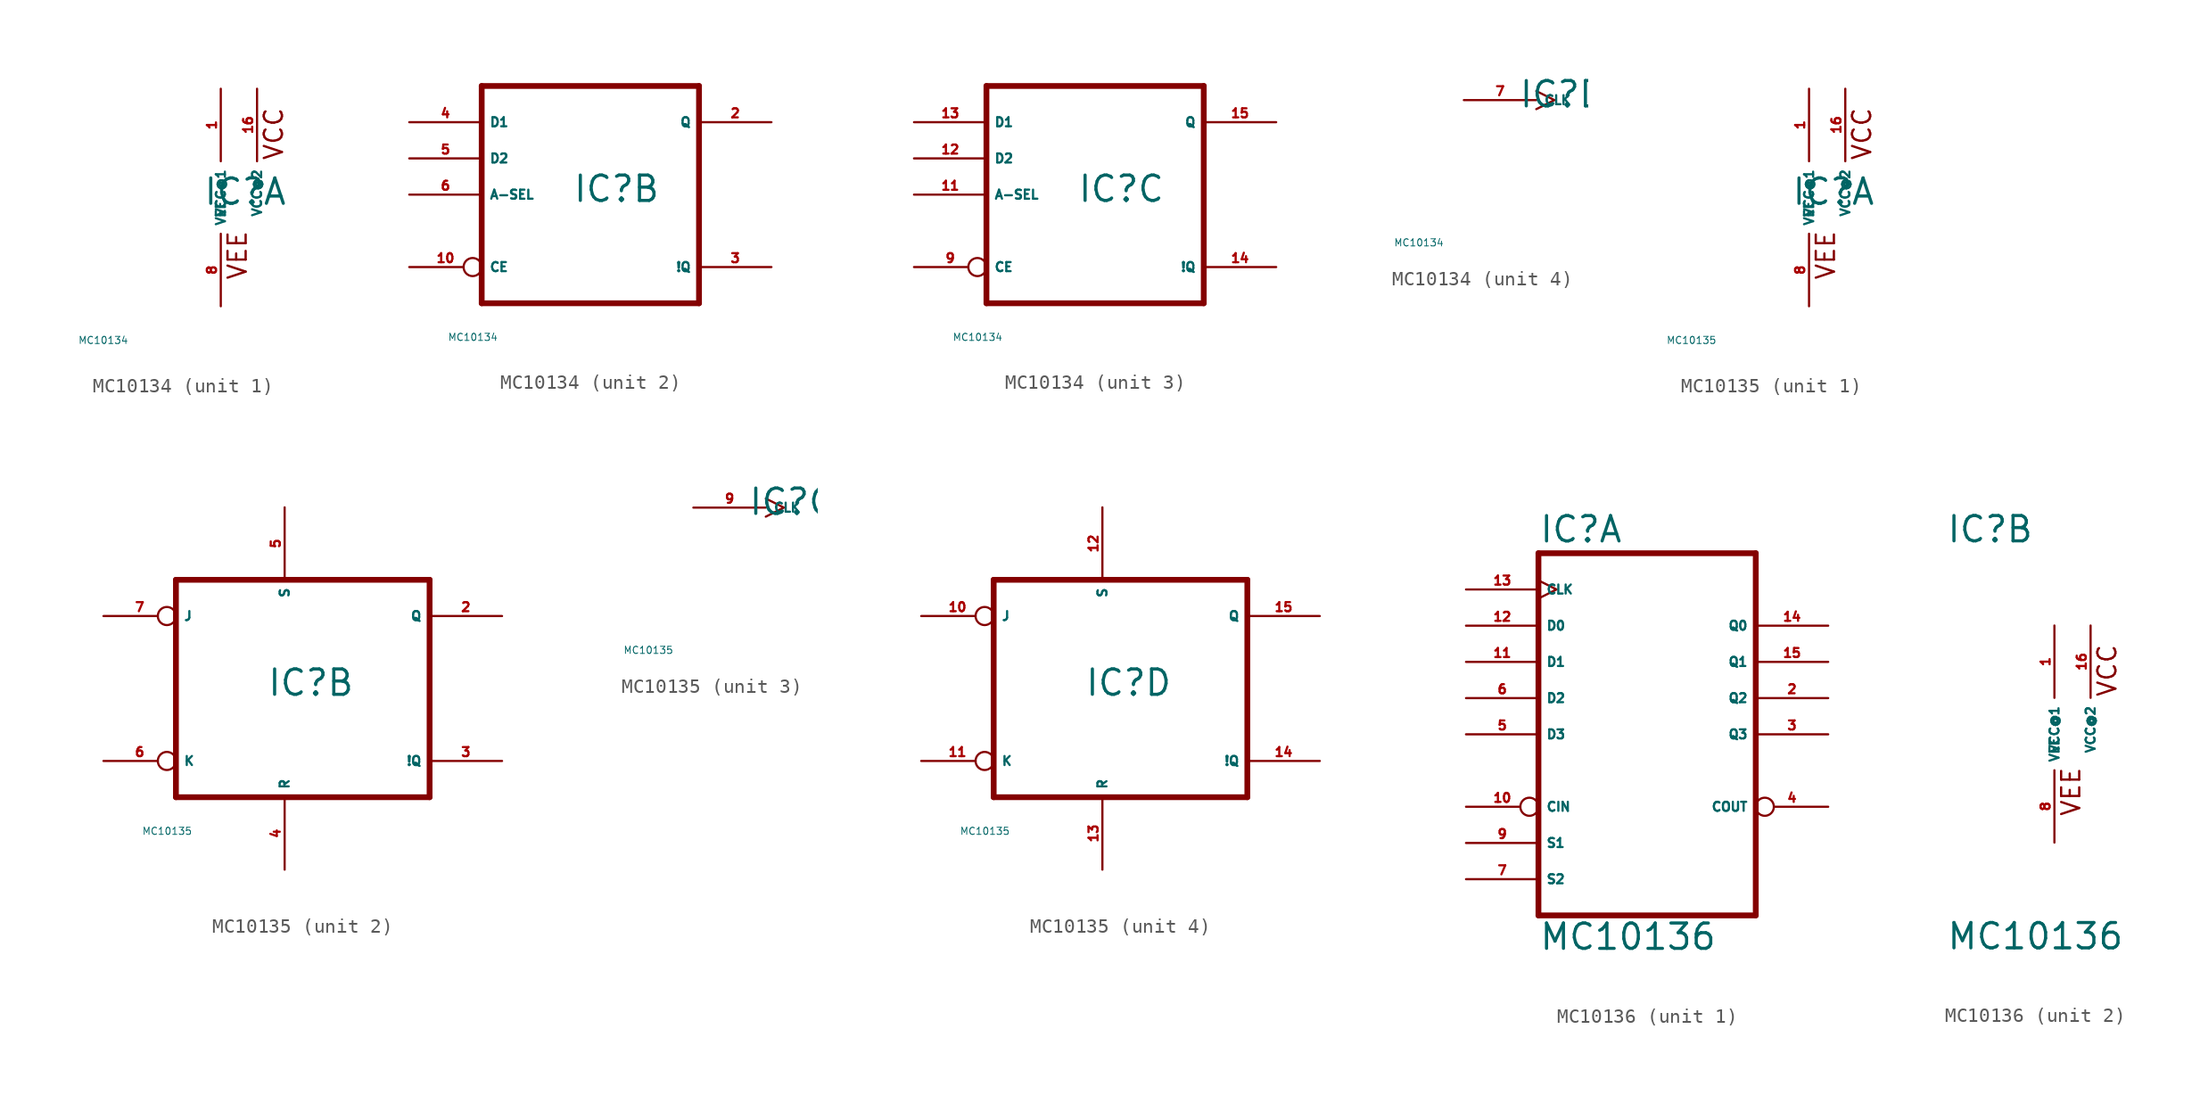
<source format=kicad_sym>
(kicad_symbol_lib
  (version 20220914)
  (generator Eagle2Kicad)
  (symbol "MC10134"
    (property "Reference" "IC"
      (at -1.27 -0.635 0)
      (effects (font (size 1.778 1.778) (thickness 0.22)) (justify left bottom)))
    (property "Value" "MC10134"
      (at -10 -10 0)
      (effects (font (size 0.5 0.5) (thickness 0.06)) (justify left)))
    (symbol "MC10134_1_0"
      (text "VCC" (at 4.445 2.54 900) (effects (font (size 1.27 1.27) (thickness 0.16)) (justify left bottom)))
      (text "VEE" (at 1.905 -5.842 900) (effects (font (size 1.27 1.27) (thickness 0.16)) (justify left bottom)))
      (pin unspecified line (at 0 -7.62 90) (length 5.08) (name "VEE" (effects (font (size 0.635 0.635) (thickness 0.08)) (justify left bottom))) (number "8" (effects (font (size 0.635 0.635) (thickness 0.08)) (justify left bottom))))
      (pin unspecified line (at 0 7.62 270) (length 5.08) (name "VCC@1" (effects (font (size 0.635 0.635) (thickness 0.08)) (justify left bottom))) (number "1" (effects (font (size 0.635 0.635) (thickness 0.08)) (justify left bottom))))
      (pin unspecified line (at 2.54 7.62 270) (length 5.08) (name "VCC@2" (effects (font (size 0.635 0.635) (thickness 0.08)) (justify left bottom))) (number "16" (effects (font (size 0.635 0.635) (thickness 0.08)) (justify left bottom)))))
    (symbol "MC10134_2_0"
      (polyline (pts (xy -7.62 -7.62) (xy 7.62 -7.62)) (stroke (width 0.406) (type default)) (fill (type none)))
      (polyline (pts (xy 7.62 -7.62) (xy 7.62 7.62)) (stroke (width 0.406) (type default)) (fill (type none)))
      (polyline (pts (xy 7.62 7.62) (xy -7.62 7.62)) (stroke (width 0.406) (type default)) (fill (type none)))
      (polyline (pts (xy -7.62 7.62) (xy -7.62 -7.62)) (stroke (width 0.406) (type default)) (fill (type none)))
      (pin output line (at 12.7 5.08 180) (length 5.08) (name "Q" (effects (font (size 0.635 0.635) (thickness 0.08)) (justify left bottom))) (number "2" (effects (font (size 0.635 0.635) (thickness 0.08)) (justify left bottom))))
      (pin output line (at 12.7 -5.08 180) (length 5.08) (name "!Q" (effects (font (size 0.635 0.635) (thickness 0.08)) (justify left bottom))) (number "3" (effects (font (size 0.635 0.635) (thickness 0.08)) (justify left bottom))))
      (pin input line (at -12.7 5.08 0) (length 5.08) (name "D1" (effects (font (size 0.635 0.635) (thickness 0.08)) (justify left bottom))) (number "4" (effects (font (size 0.635 0.635) (thickness 0.08)) (justify left bottom))))
      (pin input line (at -12.7 2.54 0) (length 5.08) (name "D2" (effects (font (size 0.635 0.635) (thickness 0.08)) (justify left bottom))) (number "5" (effects (font (size 0.635 0.635) (thickness 0.08)) (justify left bottom))))
      (pin input line (at -12.7 0 0) (length 5.08) (name "A-SEL" (effects (font (size 0.635 0.635) (thickness 0.08)) (justify left bottom))) (number "6" (effects (font (size 0.635 0.635) (thickness 0.08)) (justify left bottom))))
      (pin input inverted (at -12.7 -5.08 0) (length 5.08) (name "CE" (effects (font (size 0.635 0.635) (thickness 0.08)) (justify left bottom))) (number "10" (effects (font (size 0.635 0.635) (thickness 0.08)) (justify left bottom)))))
    (symbol "MC10134_3_0"
      (polyline (pts (xy -7.62 -7.62) (xy 7.62 -7.62)) (stroke (width 0.406) (type default)) (fill (type none)))
      (polyline (pts (xy 7.62 -7.62) (xy 7.62 7.62)) (stroke (width 0.406) (type default)) (fill (type none)))
      (polyline (pts (xy 7.62 7.62) (xy -7.62 7.62)) (stroke (width 0.406) (type default)) (fill (type none)))
      (polyline (pts (xy -7.62 7.62) (xy -7.62 -7.62)) (stroke (width 0.406) (type default)) (fill (type none)))
      (pin output line (at 12.7 5.08 180) (length 5.08) (name "Q" (effects (font (size 0.635 0.635) (thickness 0.08)) (justify left bottom))) (number "15" (effects (font (size 0.635 0.635) (thickness 0.08)) (justify left bottom))))
      (pin output line (at 12.7 -5.08 180) (length 5.08) (name "!Q" (effects (font (size 0.635 0.635) (thickness 0.08)) (justify left bottom))) (number "14" (effects (font (size 0.635 0.635) (thickness 0.08)) (justify left bottom))))
      (pin input line (at -12.7 5.08 0) (length 5.08) (name "D1" (effects (font (size 0.635 0.635) (thickness 0.08)) (justify left bottom))) (number "13" (effects (font (size 0.635 0.635) (thickness 0.08)) (justify left bottom))))
      (pin input line (at -12.7 2.54 0) (length 5.08) (name "D2" (effects (font (size 0.635 0.635) (thickness 0.08)) (justify left bottom))) (number "12" (effects (font (size 0.635 0.635) (thickness 0.08)) (justify left bottom))))
      (pin input line (at -12.7 0 0) (length 5.08) (name "A-SEL" (effects (font (size 0.635 0.635) (thickness 0.08)) (justify left bottom))) (number "11" (effects (font (size 0.635 0.635) (thickness 0.08)) (justify left bottom))))
      (pin input inverted (at -12.7 -5.08 0) (length 5.08) (name "CE" (effects (font (size 0.635 0.635) (thickness 0.08)) (justify left bottom))) (number "9" (effects (font (size 0.635 0.635) (thickness 0.08)) (justify left bottom)))))
    (symbol "MC10134_4_0"
      (pin input clock (at -5.08 0 0) (length 5.08) (name "CLK" (effects (font (size 0.635 0.635) (thickness 0.08)) (justify left bottom))) (number "7" (effects (font (size 0.635 0.635) (thickness 0.08)) (justify left bottom))))))
  (symbol "MC10135"
    (property "Reference" "IC"
      (at -1.27 -0.635 0)
      (effects (font (size 1.778 1.778) (thickness 0.22)) (justify left bottom)))
    (property "Value" "MC10135"
      (at -10 -10 0)
      (effects (font (size 0.5 0.5) (thickness 0.06)) (justify left)))
    (symbol "MC10135_1_0"
      (text "VCC" (at 4.445 2.54 900) (effects (font (size 1.27 1.27) (thickness 0.16)) (justify left bottom)))
      (text "VEE" (at 1.905 -5.842 900) (effects (font (size 1.27 1.27) (thickness 0.16)) (justify left bottom)))
      (pin unspecified line (at 0 -7.62 90) (length 5.08) (name "VEE" (effects (font (size 0.635 0.635) (thickness 0.08)) (justify left bottom))) (number "8" (effects (font (size 0.635 0.635) (thickness 0.08)) (justify left bottom))))
      (pin unspecified line (at 0 7.62 270) (length 5.08) (name "VCC@1" (effects (font (size 0.635 0.635) (thickness 0.08)) (justify left bottom))) (number "1" (effects (font (size 0.635 0.635) (thickness 0.08)) (justify left bottom))))
      (pin unspecified line (at 2.54 7.62 270) (length 5.08) (name "VCC@2" (effects (font (size 0.635 0.635) (thickness 0.08)) (justify left bottom))) (number "16" (effects (font (size 0.635 0.635) (thickness 0.08)) (justify left bottom)))))
    (symbol "MC10135_2_0"
      (polyline (pts (xy -7.62 -7.62) (xy 10.16 -7.62)) (stroke (width 0.406) (type default)) (fill (type none)))
      (polyline (pts (xy 10.16 -7.62) (xy 10.16 7.62)) (stroke (width 0.406) (type default)) (fill (type none)))
      (polyline (pts (xy 10.16 7.62) (xy -7.62 7.62)) (stroke (width 0.406) (type default)) (fill (type none)))
      (polyline (pts (xy -7.62 7.62) (xy -7.62 -7.62)) (stroke (width 0.406) (type default)) (fill (type none)))
      (pin output line (at 15.24 5.08 180) (length 5.08) (name "Q" (effects (font (size 0.635 0.635) (thickness 0.08)) (justify left bottom))) (number "2" (effects (font (size 0.635 0.635) (thickness 0.08)) (justify left bottom))))
      (pin output line (at 15.24 -5.08 180) (length 5.08) (name "!Q" (effects (font (size 0.635 0.635) (thickness 0.08)) (justify left bottom))) (number "3" (effects (font (size 0.635 0.635) (thickness 0.08)) (justify left bottom))))
      (pin input line (at 0 -12.7 90) (length 5.08) (name "R" (effects (font (size 0.635 0.635) (thickness 0.08)) (justify left bottom))) (number "4" (effects (font (size 0.635 0.635) (thickness 0.08)) (justify left bottom))))
      (pin input line (at 0 12.7 270) (length 5.08) (name "S" (effects (font (size 0.635 0.635) (thickness 0.08)) (justify left bottom))) (number "5" (effects (font (size 0.635 0.635) (thickness 0.08)) (justify left bottom))))
      (pin input inverted (at -12.7 -5.08 0) (length 5.08) (name "K" (effects (font (size 0.635 0.635) (thickness 0.08)) (justify left bottom))) (number "6" (effects (font (size 0.635 0.635) (thickness 0.08)) (justify left bottom))))
      (pin input inverted (at -12.7 5.08 0) (length 5.08) (name "J" (effects (font (size 0.635 0.635) (thickness 0.08)) (justify left bottom))) (number "7" (effects (font (size 0.635 0.635) (thickness 0.08)) (justify left bottom)))))
    (symbol "MC10135_3_0"
      (pin input clock (at -5.08 0 0) (length 5.08) (name "CLK" (effects (font (size 0.635 0.635) (thickness 0.08)) (justify left bottom))) (number "9" (effects (font (size 0.635 0.635) (thickness 0.08)) (justify left bottom)))))
    (symbol "MC10135_4_0"
      (polyline (pts (xy -7.62 -7.62) (xy 10.16 -7.62)) (stroke (width 0.406) (type default)) (fill (type none)))
      (polyline (pts (xy 10.16 -7.62) (xy 10.16 7.62)) (stroke (width 0.406) (type default)) (fill (type none)))
      (polyline (pts (xy 10.16 7.62) (xy -7.62 7.62)) (stroke (width 0.406) (type default)) (fill (type none)))
      (polyline (pts (xy -7.62 7.62) (xy -7.62 -7.62)) (stroke (width 0.406) (type default)) (fill (type none)))
      (pin output line (at 15.24 5.08 180) (length 5.08) (name "Q" (effects (font (size 0.635 0.635) (thickness 0.08)) (justify left bottom))) (number "15" (effects (font (size 0.635 0.635) (thickness 0.08)) (justify left bottom))))
      (pin output line (at 15.24 -5.08 180) (length 5.08) (name "!Q" (effects (font (size 0.635 0.635) (thickness 0.08)) (justify left bottom))) (number "14" (effects (font (size 0.635 0.635) (thickness 0.08)) (justify left bottom))))
      (pin input line (at 0 -12.7 90) (length 5.08) (name "R" (effects (font (size 0.635 0.635) (thickness 0.08)) (justify left bottom))) (number "13" (effects (font (size 0.635 0.635) (thickness 0.08)) (justify left bottom))))
      (pin input line (at 0 12.7 270) (length 5.08) (name "S" (effects (font (size 0.635 0.635) (thickness 0.08)) (justify left bottom))) (number "12" (effects (font (size 0.635 0.635) (thickness 0.08)) (justify left bottom))))
      (pin input inverted (at -12.7 -5.08 0) (length 5.08) (name "K" (effects (font (size 0.635 0.635) (thickness 0.08)) (justify left bottom))) (number "11" (effects (font (size 0.635 0.635) (thickness 0.08)) (justify left bottom))))
      (pin input inverted (at -12.7 5.08 0) (length 5.08) (name "J" (effects (font (size 0.635 0.635) (thickness 0.08)) (justify left bottom))) (number "10" (effects (font (size 0.635 0.635) (thickness 0.08)) (justify left bottom))))))
  (symbol "MC10136"
    (property "Reference" "IC"
      (at -7.62 13.335 0)
      (effects (font (size 1.778 1.778) (thickness 0.22)) (justify left bottom)))
    (property "Value" "MC10136"
      (at -7.62 -15.24 0)
      (effects (font (size 1.778 1.778) (thickness 0.22)) (justify left bottom)))
    (symbol "MC10136_1_0"
      (polyline (pts (xy -7.62 -12.7) (xy 7.62 -12.7)) (stroke (width 0.406) (type default)) (fill (type none)))
      (polyline (pts (xy 7.62 -12.7) (xy 7.62 12.7)) (stroke (width 0.406) (type default)) (fill (type none)))
      (polyline (pts (xy 7.62 12.7) (xy -7.62 12.7)) (stroke (width 0.406) (type default)) (fill (type none)))
      (polyline (pts (xy -7.62 12.7) (xy -7.62 -12.7)) (stroke (width 0.406) (type default)) (fill (type none)))
      (pin output line (at 12.7 2.54 180) (length 5.08) (name "Q2" (effects (font (size 0.635 0.635) (thickness 0.08)) (justify left bottom))) (number "2" (effects (font (size 0.635 0.635) (thickness 0.08)) (justify left bottom))))
      (pin output line (at 12.7 0 180) (length 5.08) (name "Q3" (effects (font (size 0.635 0.635) (thickness 0.08)) (justify left bottom))) (number "3" (effects (font (size 0.635 0.635) (thickness 0.08)) (justify left bottom))))
      (pin output inverted (at 12.7 -5.08 180) (length 5.08) (name "COUT" (effects (font (size 0.635 0.635) (thickness 0.08)) (justify left bottom))) (number "4" (effects (font (size 0.635 0.635) (thickness 0.08)) (justify left bottom))))
      (pin input line (at -12.7 0 0) (length 5.08) (name "D3" (effects (font (size 0.635 0.635) (thickness 0.08)) (justify left bottom))) (number "5" (effects (font (size 0.635 0.635) (thickness 0.08)) (justify left bottom))))
      (pin input line (at -12.7 2.54 0) (length 5.08) (name "D2" (effects (font (size 0.635 0.635) (thickness 0.08)) (justify left bottom))) (number "6" (effects (font (size 0.635 0.635) (thickness 0.08)) (justify left bottom))))
      (pin input line (at -12.7 -10.16 0) (length 5.08) (name "S2" (effects (font (size 0.635 0.635) (thickness 0.08)) (justify left bottom))) (number "7" (effects (font (size 0.635 0.635) (thickness 0.08)) (justify left bottom))))
      (pin input line (at -12.7 -7.62 0) (length 5.08) (name "S1" (effects (font (size 0.635 0.635) (thickness 0.08)) (justify left bottom))) (number "9" (effects (font (size 0.635 0.635) (thickness 0.08)) (justify left bottom))))
      (pin input inverted (at -12.7 -5.08 0) (length 5.08) (name "CIN" (effects (font (size 0.635 0.635) (thickness 0.08)) (justify left bottom))) (number "10" (effects (font (size 0.635 0.635) (thickness 0.08)) (justify left bottom))))
      (pin input line (at -12.7 5.08 0) (length 5.08) (name "D1" (effects (font (size 0.635 0.635) (thickness 0.08)) (justify left bottom))) (number "11" (effects (font (size 0.635 0.635) (thickness 0.08)) (justify left bottom))))
      (pin input line (at -12.7 7.62 0) (length 5.08) (name "D0" (effects (font (size 0.635 0.635) (thickness 0.08)) (justify left bottom))) (number "12" (effects (font (size 0.635 0.635) (thickness 0.08)) (justify left bottom))))
      (pin input clock (at -12.7 10.16 0) (length 5.08) (name "CLK" (effects (font (size 0.635 0.635) (thickness 0.08)) (justify left bottom))) (number "13" (effects (font (size 0.635 0.635) (thickness 0.08)) (justify left bottom))))
      (pin output line (at 12.7 7.62 180) (length 5.08) (name "Q0" (effects (font (size 0.635 0.635) (thickness 0.08)) (justify left bottom))) (number "14" (effects (font (size 0.635 0.635) (thickness 0.08)) (justify left bottom))))
      (pin output line (at 12.7 5.08 180) (length 5.08) (name "Q1" (effects (font (size 0.635 0.635) (thickness 0.08)) (justify left bottom))) (number "15" (effects (font (size 0.635 0.635) (thickness 0.08)) (justify left bottom)))))
    (symbol "MC10136_2_0"
      (text "VCC" (at 4.445 2.54 900) (effects (font (size 1.27 1.27) (thickness 0.16)) (justify left bottom)))
      (text "VEE" (at 1.905 -5.842 900) (effects (font (size 1.27 1.27) (thickness 0.16)) (justify left bottom)))
      (pin unspecified line (at 0 -7.62 90) (length 5.08) (name "VEE" (effects (font (size 0.635 0.635) (thickness 0.08)) (justify left bottom))) (number "8" (effects (font (size 0.635 0.635) (thickness 0.08)) (justify left bottom))))
      (pin unspecified line (at 0 7.62 270) (length 5.08) (name "VCC@1" (effects (font (size 0.635 0.635) (thickness 0.08)) (justify left bottom))) (number "1" (effects (font (size 0.635 0.635) (thickness 0.08)) (justify left bottom))))
      (pin unspecified line (at 2.54 7.62 270) (length 5.08) (name "VCC@2" (effects (font (size 0.635 0.635) (thickness 0.08)) (justify left bottom))) (number "16" (effects (font (size 0.635 0.635) (thickness 0.08)) (justify left bottom)))))))
</source>
